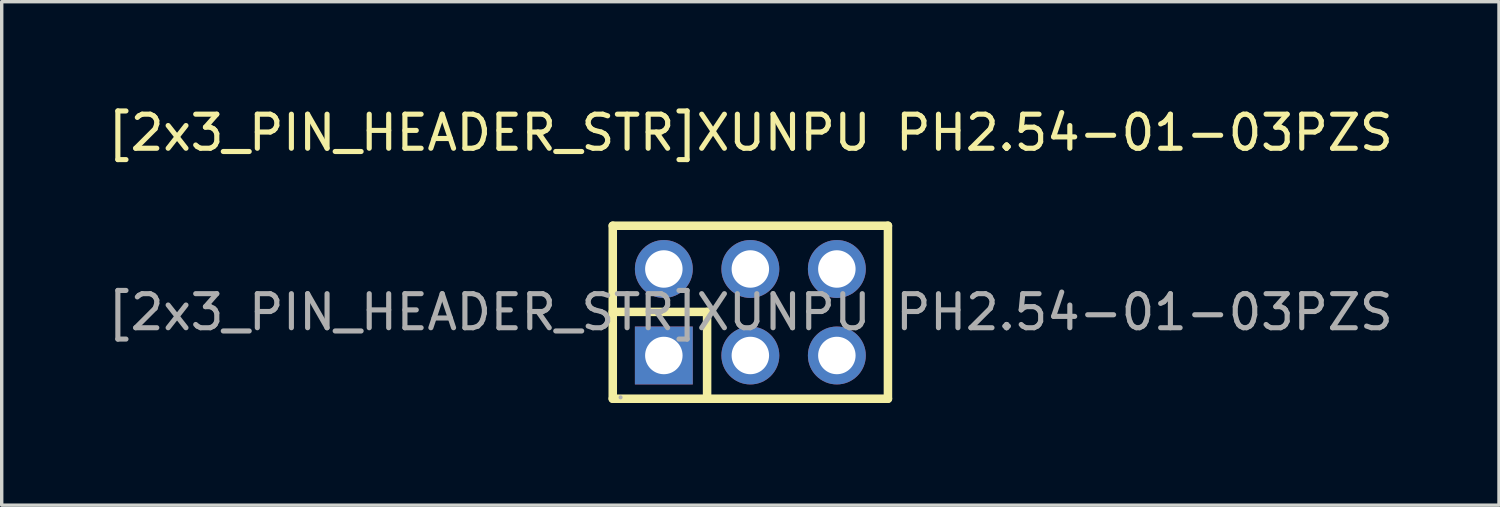
<source format=kicad_pcb>
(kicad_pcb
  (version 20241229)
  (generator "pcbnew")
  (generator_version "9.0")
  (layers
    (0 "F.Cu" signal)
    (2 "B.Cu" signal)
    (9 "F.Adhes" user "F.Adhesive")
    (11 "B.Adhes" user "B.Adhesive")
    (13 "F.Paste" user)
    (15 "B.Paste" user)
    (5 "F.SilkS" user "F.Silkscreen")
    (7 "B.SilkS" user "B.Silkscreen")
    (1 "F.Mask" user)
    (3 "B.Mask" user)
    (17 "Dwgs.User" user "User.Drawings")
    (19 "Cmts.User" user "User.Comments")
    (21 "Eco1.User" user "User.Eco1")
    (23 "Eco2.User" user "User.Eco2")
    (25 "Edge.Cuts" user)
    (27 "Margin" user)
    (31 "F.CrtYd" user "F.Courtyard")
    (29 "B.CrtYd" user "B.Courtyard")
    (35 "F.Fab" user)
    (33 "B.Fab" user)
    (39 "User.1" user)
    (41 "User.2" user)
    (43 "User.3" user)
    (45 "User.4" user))
  (footprint "[2x3_PIN_HEADER_STR]XUNPU PH2.54-01-03PZS"
    (layer "F.Cu")
    (at 18.982 6.118)
    (property "Reference" "[2x3_PIN_HEADER_STR]XUNPU PH2.54-01-03PZS" (at 0 -5.27 0) (layer "F.SilkS") (effects (font (size 1 1) (thickness 0.15))))
    (attr through_hole)
    (fp_line (start -4.04 -2.54) (end -4.04 2.54) (stroke (width 0.25) (type solid)) (layer "F.SilkS"))
    (fp_line (start -4.04 -2.54) (end 4.04 -2.54) (stroke (width 0.25) (type solid)) (layer "F.SilkS"))
    (fp_line (start -4.04 -0.01) (end -1.27 -0.01) (stroke (width 0.25) (type solid)) (layer "F.SilkS"))
    (fp_line (start -4.04 2.54) (end 4.04 2.54) (stroke (width 0.25) (type solid)) (layer "F.SilkS"))
    (fp_line (start -1.27 -0.01) (end -1.27 2.54) (stroke (width 0.25) (type solid)) (layer "F.SilkS"))
    (fp_line (start 4.04 -2.54) (end 4.04 2.54) (stroke (width 0.25) (type solid)) (layer "F.SilkS"))
    (fp_circle (center -3.81 2.5) (end -3.78 2.5) (stroke (width 0.06) (type solid)) (fill no) (layer "F.Fab"))
    (fp_text user "${REFERENCE}" (at 0 0 0) (layer "F.Fab") (effects (font (size 1 1) (thickness 0.15))))
    (pad "1" thru_hole rect (at -2.54 1.27) (size 1.7 1.7) (drill 1.1) (layers "*.Cu" "*.Mask"))
    (pad "2" thru_hole circle (at -2.54 -1.27) (size 1.7 1.7) (drill 1.1) (layers "*.Cu" "*.Mask"))
    (pad "3" thru_hole circle (at 0 1.27) (size 1.7 1.7) (drill 1.1) (layers "*.Cu" "*.Mask"))
    (pad "4" thru_hole circle (at 0 -1.27) (size 1.7 1.7) (drill 1.1) (layers "*.Cu" "*.Mask"))
    (pad "5" thru_hole circle (at 2.54 1.27) (size 1.7 1.7) (drill 1.1) (layers "*.Cu" "*.Mask"))
    (pad "6" thru_hole circle (at 2.54 -1.27) (size 1.7 1.7) (drill 1.1) (layers "*.Cu" "*.Mask")))
  (gr_rect
    (start -3 -3)
    (end 40.964 11.783)
    (stroke (width 0.1) (type default))
    (fill no)
    (layer "Edge.Cuts")))
</source>
